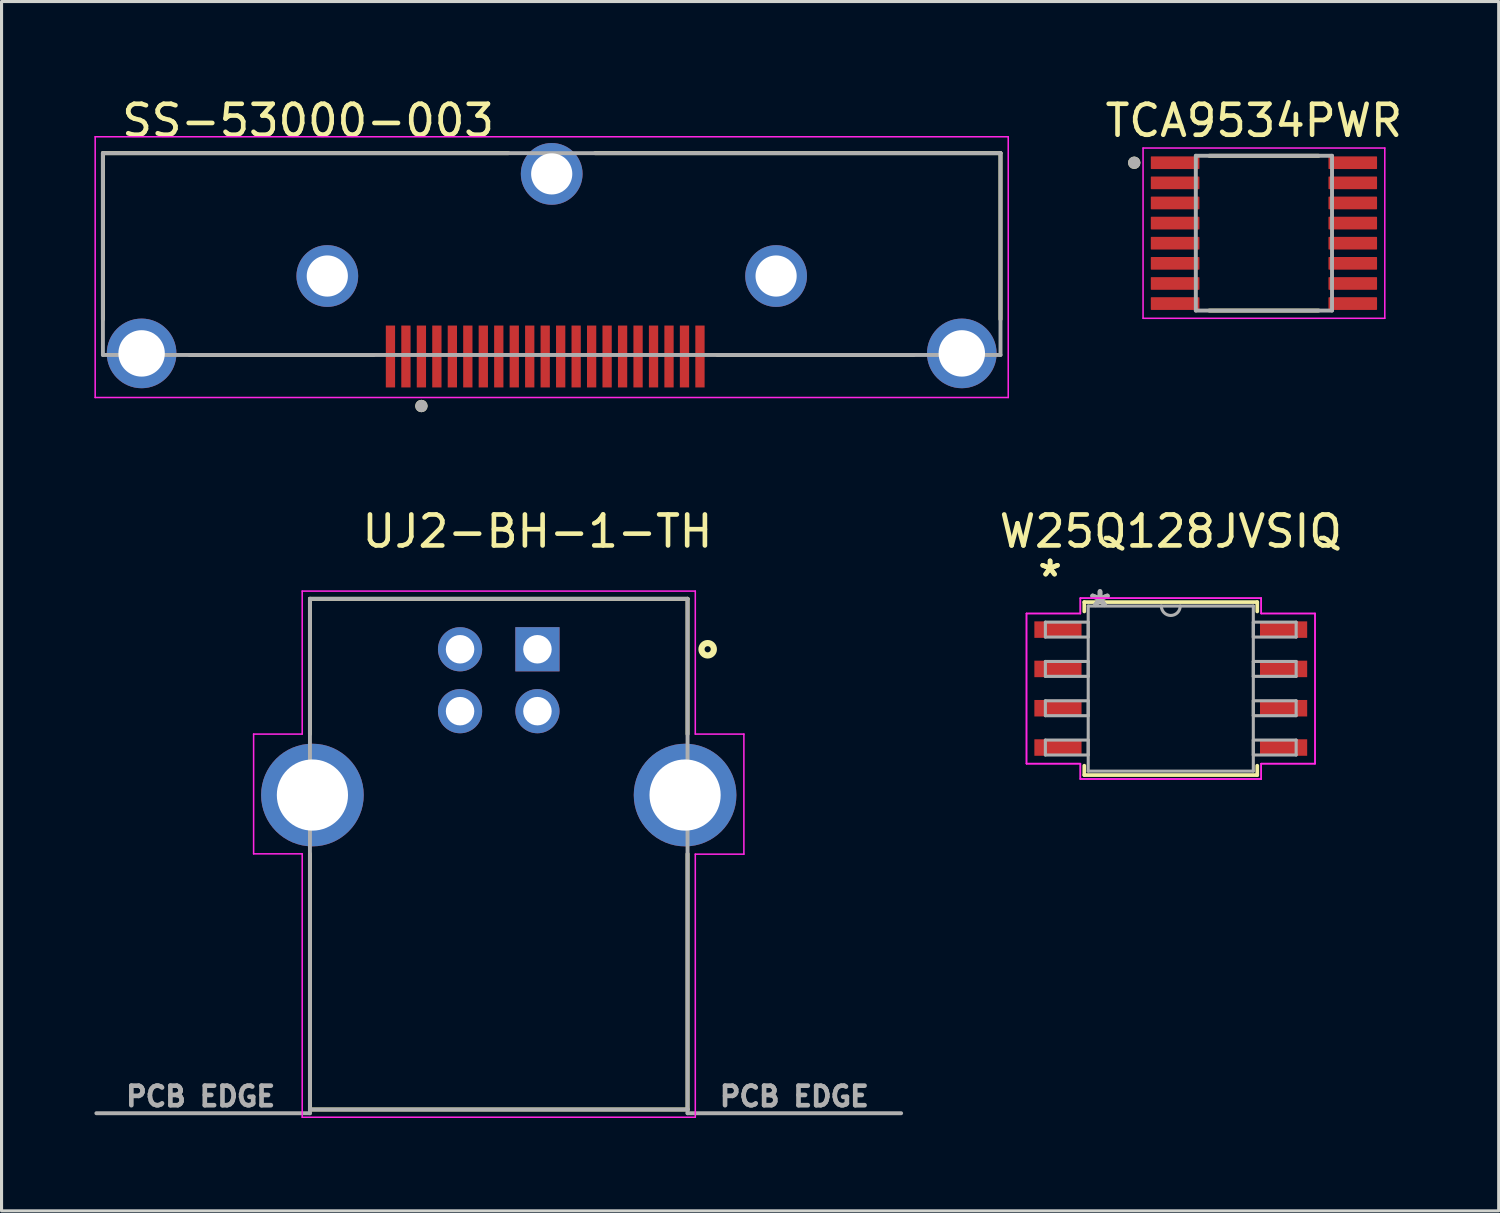
<source format=kicad_pcb>
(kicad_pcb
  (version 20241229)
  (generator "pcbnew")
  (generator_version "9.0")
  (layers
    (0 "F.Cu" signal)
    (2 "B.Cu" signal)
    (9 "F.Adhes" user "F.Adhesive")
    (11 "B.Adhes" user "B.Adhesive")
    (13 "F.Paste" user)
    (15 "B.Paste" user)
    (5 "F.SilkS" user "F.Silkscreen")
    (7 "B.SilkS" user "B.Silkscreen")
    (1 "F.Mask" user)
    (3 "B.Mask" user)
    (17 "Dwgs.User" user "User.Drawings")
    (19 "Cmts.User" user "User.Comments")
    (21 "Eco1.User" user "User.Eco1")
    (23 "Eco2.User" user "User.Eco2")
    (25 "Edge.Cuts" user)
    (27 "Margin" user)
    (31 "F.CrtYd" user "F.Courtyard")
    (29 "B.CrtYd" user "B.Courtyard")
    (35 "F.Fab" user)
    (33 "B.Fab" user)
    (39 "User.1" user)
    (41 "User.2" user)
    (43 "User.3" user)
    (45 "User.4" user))
  (footprint "UJ2-BH-1-TH"
    (layer "F.Cu")
    (at 13.084 23.737)
    (property "Reference" "UJ2-BH-1-TH" (at 1.23 -9.62 0) (layer "F.SilkS") (effects (font (size 1.001 1.001) (thickness 0.15))))
    (attr through_hole)
    (fp_line (start -6.12 -7.44) (end 6.08 -7.44) (stroke (width 0.127) (type solid)) (layer "F.SilkS"))
    (fp_line (start -6.12 -3.07) (end -6.12 -7.44) (stroke (width 0.127) (type solid)) (layer "F.SilkS"))
    (fp_line (start -6.12 0.8) (end -6.12 9.06) (stroke (width 0.127) (type solid)) (layer "F.SilkS"))
    (fp_line (start -6.12 9.06) (end 6.08 9.06) (stroke (width 0.127) (type solid)) (layer "F.SilkS"))
    (fp_line (start 6.08 -7.44) (end 6.08 -3.07) (stroke (width 0.127) (type solid)) (layer "F.SilkS"))
    (fp_line (start 6.08 9.06) (end 6.08 0.8) (stroke (width 0.127) (type solid)) (layer "F.SilkS"))
    (fp_circle (center 6.73 -5.81) (end 6.93 -5.81) (stroke (width 0.2) (type solid)) (fill no) (layer "F.SilkS"))
    (fp_line (start -7.94 -3.07) (end -6.37 -3.07) (stroke (width 0.05) (type solid)) (layer "F.CrtYd"))
    (fp_line (start -7.94 0.8) (end -7.94 -3.07) (stroke (width 0.05) (type solid)) (layer "F.CrtYd"))
    (fp_line (start -6.37 -7.69) (end 6.33 -7.69) (stroke (width 0.05) (type solid)) (layer "F.CrtYd"))
    (fp_line (start -6.37 -3.07) (end -6.37 -7.69) (stroke (width 0.05) (type solid)) (layer "F.CrtYd"))
    (fp_line (start -6.37 0.8) (end -7.94 0.8) (stroke (width 0.05) (type solid)) (layer "F.CrtYd"))
    (fp_line (start -6.37 9.31) (end -6.37 0.8) (stroke (width 0.05) (type solid)) (layer "F.CrtYd"))
    (fp_line (start 6.33 -7.69) (end 6.33 -3.07) (stroke (width 0.05) (type solid)) (layer "F.CrtYd"))
    (fp_line (start 6.33 -3.07) (end 7.9 -3.07) (stroke (width 0.05) (type solid)) (layer "F.CrtYd"))
    (fp_line (start 6.33 0.81) (end 6.33 9.31) (stroke (width 0.05) (type solid)) (layer "F.CrtYd"))
    (fp_line (start 6.33 9.31) (end -6.37 9.31) (stroke (width 0.05) (type solid)) (layer "F.CrtYd"))
    (fp_line (start 7.9 -3.07) (end 7.9 0.81) (stroke (width 0.05) (type solid)) (layer "F.CrtYd"))
    (fp_line (start 7.9 0.81) (end 6.33 0.81) (stroke (width 0.05) (type solid)) (layer "F.CrtYd"))
    (fp_line (start -13.02 9.18) (end -6.12 9.18) (stroke (width 0.127) (type solid)) (layer "F.Fab"))
    (fp_line (start -6.12 -7.44) (end 6.08 -7.44) (stroke (width 0.127) (type solid)) (layer "F.Fab"))
    (fp_line (start -6.12 9.06) (end -6.12 -7.44) (stroke (width 0.127) (type solid)) (layer "F.Fab"))
    (fp_line (start -6.12 9.06) (end -6.12 9.18) (stroke (width 0.127) (type solid)) (layer "F.Fab"))
    (fp_line (start 6.08 -7.44) (end 6.08 9.06) (stroke (width 0.127) (type solid)) (layer "F.Fab"))
    (fp_line (start 6.08 9.06) (end -6.12 9.06) (stroke (width 0.127) (type solid)) (layer "F.Fab"))
    (fp_line (start 6.08 9.06) (end 6.08 9.18) (stroke (width 0.127) (type solid)) (layer "F.Fab"))
    (fp_line (start 6.08 9.18) (end 12.98 9.18) (stroke (width 0.127) (type solid)) (layer "F.Fab"))
    (fp_circle (center 1.23 -5.81) (end 1.43 -5.81) (stroke (width 0.4) (type solid)) (fill no) (layer "F.Fab"))
    (fp_text user "PCB EDGE" (at 9.53 8.636 0) (layer "F.Fab") (effects (font (size 0.631 0.631) (thickness 0.15))))
    (fp_text user "PCB EDGE" (at -9.652 8.636 0) (layer "F.Fab") (effects (font (size 0.631 0.631) (thickness 0.15))))
    (pad "1" thru_hole rect (at 1.23 -5.81) (size 1.428 1.428) (drill 0.92) (layers "*.Cu" "*.Mask"))
    (pad "2" thru_hole circle (at -1.27 -5.81) (size 1.428 1.428) (drill 0.92) (layers "*.Cu" "*.Mask"))
    (pad "3" thru_hole circle (at -1.27 -3.81) (size 1.428 1.428) (drill 0.92) (layers "*.Cu" "*.Mask"))
    (pad "4" thru_hole circle (at 1.23 -3.81) (size 1.428 1.428) (drill 0.92) (layers "*.Cu" "*.Mask"))
    (pad "SH1" thru_hole circle (at -6.04 -1.1) (size 3.316 3.316) (drill 2.3) (layers "*.Cu" "*.Mask"))
    (pad "SH2" thru_hole circle (at 6 -1.1) (size 3.316 3.316) (drill 2.3) (layers "*.Cu" "*.Mask")))
  (footprint "W25Q128JVSIQ"
    (layer "F.Cu")
    (at 34.776 19.197)
    (property "Reference" "W25Q128JVSIQ" (at 0 -5.08 0) (layer "F.SilkS") (effects (font (size 1 1) (thickness 0.15))))
    (attr through_hole)
    (fp_line (start -2.794 -2.794) (end -2.794 -2.492) (stroke (width 0.12) (type solid)) (layer "F.SilkS"))
    (fp_line (start -2.794 2.492) (end -2.794 2.794) (stroke (width 0.12) (type solid)) (layer "F.SilkS"))
    (fp_line (start -2.794 2.794) (end 2.794 2.794) (stroke (width 0.12) (type solid)) (layer "F.SilkS"))
    (fp_line (start 2.794 -2.794) (end -2.794 -2.794) (stroke (width 0.12) (type solid)) (layer "F.SilkS"))
    (fp_line (start 2.794 -2.492) (end 2.794 -2.794) (stroke (width 0.12) (type solid)) (layer "F.SilkS"))
    (fp_line (start 2.794 2.794) (end 2.794 2.492) (stroke (width 0.12) (type solid)) (layer "F.SilkS"))
    (fp_line (start -4.661 -2.426) (end -2.921 -2.426) (stroke (width 0.05) (type solid)) (layer "F.CrtYd"))
    (fp_line (start -4.661 -2.426) (end -2.921 -2.426) (stroke (width 0.05) (type solid)) (layer "F.CrtYd"))
    (fp_line (start -4.661 2.426) (end -4.661 -2.426) (stroke (width 0.05) (type solid)) (layer "F.CrtYd"))
    (fp_line (start -4.661 2.426) (end -4.661 -2.426) (stroke (width 0.05) (type solid)) (layer "F.CrtYd"))
    (fp_line (start -4.661 2.426) (end -2.921 2.426) (stroke (width 0.05) (type solid)) (layer "F.CrtYd"))
    (fp_line (start -2.921 -2.921) (end 2.921 -2.921) (stroke (width 0.05) (type solid)) (layer "F.CrtYd"))
    (fp_line (start -2.921 -2.921) (end 2.921 -2.921) (stroke (width 0.05) (type solid)) (layer "F.CrtYd"))
    (fp_line (start -2.921 -2.426) (end -2.921 -2.921) (stroke (width 0.05) (type solid)) (layer "F.CrtYd"))
    (fp_line (start -2.921 -2.426) (end -2.921 -2.921) (stroke (width 0.05) (type solid)) (layer "F.CrtYd"))
    (fp_line (start -2.921 2.426) (end -4.661 2.426) (stroke (width 0.05) (type solid)) (layer "F.CrtYd"))
    (fp_line (start -2.921 2.921) (end -2.921 2.426) (stroke (width 0.05) (type solid)) (layer "F.CrtYd"))
    (fp_line (start -2.921 2.921) (end -2.921 2.426) (stroke (width 0.05) (type solid)) (layer "F.CrtYd"))
    (fp_line (start 2.921 -2.921) (end 2.921 -2.426) (stroke (width 0.05) (type solid)) (layer "F.CrtYd"))
    (fp_line (start 2.921 -2.921) (end 2.921 -2.426) (stroke (width 0.05) (type solid)) (layer "F.CrtYd"))
    (fp_line (start 2.921 -2.426) (end 4.661 -2.426) (stroke (width 0.05) (type solid)) (layer "F.CrtYd"))
    (fp_line (start 2.921 2.426) (end 2.921 2.921) (stroke (width 0.05) (type solid)) (layer "F.CrtYd"))
    (fp_line (start 2.921 2.426) (end 2.921 2.921) (stroke (width 0.05) (type solid)) (layer "F.CrtYd"))
    (fp_line (start 2.921 2.921) (end -2.921 2.921) (stroke (width 0.05) (type solid)) (layer "F.CrtYd"))
    (fp_line (start 2.921 2.921) (end -2.921 2.921) (stroke (width 0.05) (type solid)) (layer "F.CrtYd"))
    (fp_line (start 4.661 -2.426) (end 2.921 -2.426) (stroke (width 0.05) (type solid)) (layer "F.CrtYd"))
    (fp_line (start 4.661 -2.426) (end 4.661 2.426) (stroke (width 0.05) (type solid)) (layer "F.CrtYd"))
    (fp_line (start 4.661 -2.426) (end 4.661 2.426) (stroke (width 0.05) (type solid)) (layer "F.CrtYd"))
    (fp_line (start 4.661 2.426) (end 2.921 2.426) (stroke (width 0.05) (type solid)) (layer "F.CrtYd"))
    (fp_line (start 4.661 2.426) (end 2.921 2.426) (stroke (width 0.05) (type solid)) (layer "F.CrtYd"))
    (fp_line (start -4.051 -2.146) (end -4.051 -1.664) (stroke (width 0.1) (type solid)) (layer "F.Fab"))
    (fp_line (start -4.051 -1.664) (end -2.667 -1.664) (stroke (width 0.1) (type solid)) (layer "F.Fab"))
    (fp_line (start -4.051 -0.876) (end -4.051 -0.394) (stroke (width 0.1) (type solid)) (layer "F.Fab"))
    (fp_line (start -4.051 -0.394) (end -2.667 -0.394) (stroke (width 0.1) (type solid)) (layer "F.Fab"))
    (fp_line (start -4.051 0.394) (end -4.051 0.876) (stroke (width 0.1) (type solid)) (layer "F.Fab"))
    (fp_line (start -4.051 0.876) (end -2.667 0.876) (stroke (width 0.1) (type solid)) (layer "F.Fab"))
    (fp_line (start -4.051 1.664) (end -4.051 2.146) (stroke (width 0.1) (type solid)) (layer "F.Fab"))
    (fp_line (start -4.051 2.146) (end -2.667 2.146) (stroke (width 0.1) (type solid)) (layer "F.Fab"))
    (fp_line (start -2.667 -2.667) (end -2.667 2.667) (stroke (width 0.1) (type solid)) (layer "F.Fab"))
    (fp_line (start -2.667 -2.146) (end -4.051 -2.146) (stroke (width 0.1) (type solid)) (layer "F.Fab"))
    (fp_line (start -2.667 -1.664) (end -2.667 -2.146) (stroke (width 0.1) (type solid)) (layer "F.Fab"))
    (fp_line (start -2.667 -0.876) (end -4.051 -0.876) (stroke (width 0.1) (type solid)) (layer "F.Fab"))
    (fp_line (start -2.667 -0.394) (end -2.667 -0.876) (stroke (width 0.1) (type solid)) (layer "F.Fab"))
    (fp_line (start -2.667 0.394) (end -4.051 0.394) (stroke (width 0.1) (type solid)) (layer "F.Fab"))
    (fp_line (start -2.667 0.876) (end -2.667 0.394) (stroke (width 0.1) (type solid)) (layer "F.Fab"))
    (fp_line (start -2.667 1.664) (end -4.051 1.664) (stroke (width 0.1) (type solid)) (layer "F.Fab"))
    (fp_line (start -2.667 2.146) (end -2.667 1.664) (stroke (width 0.1) (type solid)) (layer "F.Fab"))
    (fp_line (start -2.667 2.667) (end 2.667 2.667) (stroke (width 0.1) (type solid)) (layer "F.Fab"))
    (fp_line (start 2.667 -2.667) (end -2.667 -2.667) (stroke (width 0.1) (type solid)) (layer "F.Fab"))
    (fp_line (start 2.667 -2.146) (end 2.667 -1.664) (stroke (width 0.1) (type solid)) (layer "F.Fab"))
    (fp_line (start 2.667 -1.664) (end 4.051 -1.664) (stroke (width 0.1) (type solid)) (layer "F.Fab"))
    (fp_line (start 2.667 -0.876) (end 2.667 -0.394) (stroke (width 0.1) (type solid)) (layer "F.Fab"))
    (fp_line (start 2.667 -0.394) (end 4.051 -0.394) (stroke (width 0.1) (type solid)) (layer "F.Fab"))
    (fp_line (start 2.667 0.394) (end 2.667 0.876) (stroke (width 0.1) (type solid)) (layer "F.Fab"))
    (fp_line (start 2.667 0.876) (end 4.051 0.876) (stroke (width 0.1) (type solid)) (layer "F.Fab"))
    (fp_line (start 2.667 1.664) (end 2.667 2.146) (stroke (width 0.1) (type solid)) (layer "F.Fab"))
    (fp_line (start 2.667 2.146) (end 4.051 2.146) (stroke (width 0.1) (type solid)) (layer "F.Fab"))
    (fp_line (start 2.667 2.667) (end 2.667 -2.667) (stroke (width 0.1) (type solid)) (layer "F.Fab"))
    (fp_line (start 4.051 -2.146) (end 2.667 -2.146) (stroke (width 0.1) (type solid)) (layer "F.Fab"))
    (fp_line (start 4.051 -1.664) (end 4.051 -2.146) (stroke (width 0.1) (type solid)) (layer "F.Fab"))
    (fp_line (start 4.051 -0.876) (end 2.667 -0.876) (stroke (width 0.1) (type solid)) (layer "F.Fab"))
    (fp_line (start 4.051 -0.394) (end 4.051 -0.876) (stroke (width 0.1) (type solid)) (layer "F.Fab"))
    (fp_line (start 4.051 0.394) (end 2.667 0.394) (stroke (width 0.1) (type solid)) (layer "F.Fab"))
    (fp_line (start 4.051 0.876) (end 4.051 0.394) (stroke (width 0.1) (type solid)) (layer "F.Fab"))
    (fp_line (start 4.051 1.664) (end 2.667 1.664) (stroke (width 0.1) (type solid)) (layer "F.Fab"))
    (fp_line (start 4.051 2.146) (end 4.051 1.664) (stroke (width 0.1) (type solid)) (layer "F.Fab"))
    (fp_arc (start 0.3048 -2.667) (mid 0 -2.3622) (end -0.3048 -2.667) (stroke (width 0.1) (type solid)) (layer "F.Fab"))
    (fp_text user "*" (at -3.899 -3.581 0) (layer "F.SilkS") (effects (font (size 1 1) (thickness 0.15))))
    (fp_text user "*" (at -3.899 -3.581 0) (layer "F.SilkS") (effects (font (size 1 1) (thickness 0.15))))
    (fp_text user "*" (at -2.286 -2.591 0) (layer "F.Fab") (effects (font (size 1 1) (thickness 0.15))))
    (fp_text user "*" (at -2.286 -2.591 0) (layer "F.Fab") (effects (font (size 1 1) (thickness 0.15))))
    (pad "1" smd rect (at -3.645 -1.905) (size 1.524 0.533) (layers "F.Cu" "F.Mask" "F.Paste"))
    (pad "2" smd rect (at -3.645 -0.635) (size 1.524 0.533) (layers "F.Cu" "F.Mask" "F.Paste"))
    (pad "3" smd rect (at -3.645 0.635) (size 1.524 0.533) (layers "F.Cu" "F.Mask" "F.Paste"))
    (pad "4" smd rect (at -3.645 1.905) (size 1.524 0.533) (layers "F.Cu" "F.Mask" "F.Paste"))
    (pad "5" smd rect (at 3.645 1.905) (size 1.524 0.533) (layers "F.Cu" "F.Mask" "F.Paste"))
    (pad "6" smd rect (at 3.645 0.635) (size 1.524 0.533) (layers "F.Cu" "F.Mask" "F.Paste"))
    (pad "7" smd rect (at 3.645 -0.635) (size 1.524 0.533) (layers "F.Cu" "F.Mask" "F.Paste"))
    (pad "8" smd rect (at 3.645 -1.905) (size 1.524 0.533) (layers "F.Cu" "F.Mask" "F.Paste")))
  (footprint "SS-53000-003"
    (layer "F.Cu")
    (at 14.775 8.468)
    (property "Reference" "SS-53000-003" (at -13.97 -7.62 0) (layer "F.SilkS") (effects (font (size 1 1) (thickness 0.15)) (justify left)))
    (attr through_hole)
    (fp_line (start -14.5 -6.57) (end -1.4 -6.57) (stroke (width 0.127) (type solid)) (layer "F.SilkS"))
    (fp_line (start -14.5 -1.2) (end -14.5 -6.57) (stroke (width 0.127) (type solid)) (layer "F.SilkS"))
    (fp_line (start -11.7 -0.05) (end -5.75 -0.05) (stroke (width 0.127) (type solid)) (layer "F.SilkS"))
    (fp_line (start 1.4 -6.57) (end 14.5 -6.57) (stroke (width 0.127) (type solid)) (layer "F.SilkS"))
    (fp_line (start 5.35 -0.05) (end 11.7 -0.05) (stroke (width 0.127) (type solid)) (layer "F.SilkS"))
    (fp_line (start 14.5 -6.57) (end 14.5 -1.2) (stroke (width 0.127) (type solid)) (layer "F.SilkS"))
    (fp_circle (center -4.21 1.6) (end -4.11 1.6) (stroke (width 0.2) (type solid)) (fill no) (layer "F.SilkS"))
    (fp_line (start -14.75 -7.1) (end 14.75 -7.1) (stroke (width 0.05) (type solid)) (layer "F.CrtYd"))
    (fp_line (start -14.75 1.325) (end -14.75 -7.1) (stroke (width 0.05) (type solid)) (layer "F.CrtYd"))
    (fp_line (start 14.75 -7.1) (end 14.75 1.325) (stroke (width 0.05) (type solid)) (layer "F.CrtYd"))
    (fp_line (start 14.75 1.325) (end -14.75 1.325) (stroke (width 0.05) (type solid)) (layer "F.CrtYd"))
    (fp_line (start -14.5 -6.57) (end 14.5 -6.57) (stroke (width 0.127) (type solid)) (layer "F.Fab"))
    (fp_line (start -14.5 -0.05) (end -14.5 -6.57) (stroke (width 0.127) (type solid)) (layer "F.Fab"))
    (fp_line (start 14.5 -6.57) (end 14.5 -0.05) (stroke (width 0.127) (type solid)) (layer "F.Fab"))
    (fp_line (start 14.5 -0.05) (end -14.5 -0.05) (stroke (width 0.127) (type solid)) (layer "F.Fab"))
    (fp_circle (center -4.21 1.6) (end -4.11 1.6) (stroke (width 0.2) (type solid)) (fill no) (layer "F.Fab"))
    (pad "1" smd rect (at -4.21 0) (size 0.3 2) (layers "F.Cu" "F.Mask" "F.Paste"))
    (pad "2" smd rect (at -3.71 0) (size 0.3 2) (layers "F.Cu" "F.Mask" "F.Paste"))
    (pad "3" smd rect (at -3.21 0) (size 0.3 2) (layers "F.Cu" "F.Mask" "F.Paste"))
    (pad "4" smd rect (at -2.71 0) (size 0.3 2) (layers "F.Cu" "F.Mask" "F.Paste"))
    (pad "5" smd rect (at -2.21 0) (size 0.3 2) (layers "F.Cu" "F.Mask" "F.Paste"))
    (pad "6" smd rect (at -1.71 0) (size 0.3 2) (layers "F.Cu" "F.Mask" "F.Paste"))
    (pad "7" smd rect (at -1.21 0) (size 0.3 2) (layers "F.Cu" "F.Mask" "F.Paste"))
    (pad "8" smd rect (at -0.71 0) (size 0.3 2) (layers "F.Cu" "F.Mask" "F.Paste"))
    (pad "9" smd rect (at -0.21 0) (size 0.3 2) (layers "F.Cu" "F.Mask" "F.Paste"))
    (pad "10" smd rect (at 0.29 0) (size 0.3 2) (layers "F.Cu" "F.Mask" "F.Paste"))
    (pad "11" smd rect (at 0.79 0) (size 0.3 2) (layers "F.Cu" "F.Mask" "F.Paste"))
    (pad "12" smd rect (at 1.29 0) (size 0.3 2) (layers "F.Cu" "F.Mask" "F.Paste"))
    (pad "13" smd rect (at 1.79 0) (size 0.3 2) (layers "F.Cu" "F.Mask" "F.Paste"))
    (pad "14" smd rect (at 2.29 0) (size 0.3 2) (layers "F.Cu" "F.Mask" "F.Paste"))
    (pad "15" smd rect (at 2.79 0) (size 0.3 2) (layers "F.Cu" "F.Mask" "F.Paste"))
    (pad "16" smd rect (at 3.29 0) (size 0.3 2) (layers "F.Cu" "F.Mask" "F.Paste"))
    (pad "17" smd rect (at 3.79 0) (size 0.3 2) (layers "F.Cu" "F.Mask" "F.Paste"))
    (pad "18" smd rect (at 4.29 0) (size 0.3 2) (layers "F.Cu" "F.Mask" "F.Paste"))
    (pad "19" smd rect (at 4.79 0) (size 0.3 2) (layers "F.Cu" "F.Mask" "F.Paste"))
    (pad "SH" thru_hole circle (at -13.25 -0.1) (size 2.25 2.25) (drill 1.5) (layers "*.Cu" "*.Mask"))
    (pad "SH" thru_hole circle (at -7.25 -2.6) (size 1.995 1.995) (drill 1.33) (layers "*.Cu" "*.Mask"))
    (pad "SH" smd rect (at -5.21 0) (size 0.3 2) (layers "F.Cu" "F.Mask" "F.Paste"))
    (pad "SH" smd rect (at -4.71 0) (size 0.3 2) (layers "F.Cu" "F.Mask" "F.Paste"))
    (pad "SH" thru_hole circle (at 0 -5.9) (size 1.995 1.995) (drill 1.33) (layers "*.Cu" "*.Mask"))
    (pad "SH" thru_hole circle (at 7.25 -2.6) (size 1.995 1.995) (drill 1.33) (layers "*.Cu" "*.Mask"))
    (pad "SH" thru_hole circle (at 13.25 -0.1) (size 2.25 2.25) (drill 1.5) (layers "*.Cu" "*.Mask")))
  (footprint "TCA9534PWR"
    (layer "F.Cu")
    (at 37.786 4.483)
    (property "Reference" "TCA9534PWR" (at -0.325 -3.635 0) (layer "F.SilkS") (effects (font (size 1 1) (thickness 0.15))))
    (attr through_hole)
    (fp_line (start -1.765 -2.5) (end 1.765 -2.5) (stroke (width 0.127) (type solid)) (layer "F.SilkS"))
    (fp_line (start 1.765 2.5) (end -1.765 2.5) (stroke (width 0.127) (type solid)) (layer "F.SilkS"))
    (fp_circle (center -4.19 -2.275) (end -4.09 -2.275) (stroke (width 0.2) (type solid)) (fill no) (layer "F.SilkS"))
    (fp_line (start -3.905 -2.75) (end -3.905 2.75) (stroke (width 0.05) (type solid)) (layer "F.CrtYd"))
    (fp_line (start -3.905 -2.75) (end 3.905 -2.75) (stroke (width 0.05) (type solid)) (layer "F.CrtYd"))
    (fp_line (start -3.905 2.75) (end 3.905 2.75) (stroke (width 0.05) (type solid)) (layer "F.CrtYd"))
    (fp_line (start 3.905 -2.75) (end 3.905 2.75) (stroke (width 0.05) (type solid)) (layer "F.CrtYd"))
    (fp_line (start -2.2 -2.5) (end -2.2 2.5) (stroke (width 0.127) (type solid)) (layer "F.Fab"))
    (fp_line (start -2.2 -2.5) (end 2.2 -2.5) (stroke (width 0.127) (type solid)) (layer "F.Fab"))
    (fp_line (start -2.2 2.5) (end 2.2 2.5) (stroke (width 0.127) (type solid)) (layer "F.Fab"))
    (fp_line (start 2.2 -2.5) (end 2.2 2.5) (stroke (width 0.127) (type solid)) (layer "F.Fab"))
    (fp_circle (center -4.19 -2.275) (end -4.09 -2.275) (stroke (width 0.2) (type solid)) (fill no) (layer "F.Fab"))
    (pad "1" smd roundrect (at -2.87 -2.275) (size 1.57 0.41) (layers "F.Cu" "F.Mask" "F.Paste") (roundrect_rratio 0.05))
    (pad "2" smd roundrect (at -2.87 -1.625) (size 1.57 0.41) (layers "F.Cu" "F.Mask" "F.Paste") (roundrect_rratio 0.05))
    (pad "3" smd roundrect (at -2.87 -0.975) (size 1.57 0.41) (layers "F.Cu" "F.Mask" "F.Paste") (roundrect_rratio 0.05))
    (pad "4" smd roundrect (at -2.87 -0.325) (size 1.57 0.41) (layers "F.Cu" "F.Mask" "F.Paste") (roundrect_rratio 0.05))
    (pad "5" smd roundrect (at -2.87 0.325) (size 1.57 0.41) (layers "F.Cu" "F.Mask" "F.Paste") (roundrect_rratio 0.05))
    (pad "6" smd roundrect (at -2.87 0.975) (size 1.57 0.41) (layers "F.Cu" "F.Mask" "F.Paste") (roundrect_rratio 0.05))
    (pad "7" smd roundrect (at -2.87 1.625) (size 1.57 0.41) (layers "F.Cu" "F.Mask" "F.Paste") (roundrect_rratio 0.05))
    (pad "8" smd roundrect (at -2.87 2.275) (size 1.57 0.41) (layers "F.Cu" "F.Mask" "F.Paste") (roundrect_rratio 0.05))
    (pad "9" smd roundrect (at 2.87 2.275) (size 1.57 0.41) (layers "F.Cu" "F.Mask" "F.Paste") (roundrect_rratio 0.05))
    (pad "10" smd roundrect (at 2.87 1.625) (size 1.57 0.41) (layers "F.Cu" "F.Mask" "F.Paste") (roundrect_rratio 0.05))
    (pad "11" smd roundrect (at 2.87 0.975) (size 1.57 0.41) (layers "F.Cu" "F.Mask" "F.Paste") (roundrect_rratio 0.05))
    (pad "12" smd roundrect (at 2.87 0.325) (size 1.57 0.41) (layers "F.Cu" "F.Mask" "F.Paste") (roundrect_rratio 0.05))
    (pad "13" smd roundrect (at 2.87 -0.325) (size 1.57 0.41) (layers "F.Cu" "F.Mask" "F.Paste") (roundrect_rratio 0.05))
    (pad "14" smd roundrect (at 2.87 -0.975) (size 1.57 0.41) (layers "F.Cu" "F.Mask" "F.Paste") (roundrect_rratio 0.05))
    (pad "15" smd roundrect (at 2.87 -1.625) (size 1.57 0.41) (layers "F.Cu" "F.Mask" "F.Paste") (roundrect_rratio 0.05))
    (pad "16" smd roundrect (at 2.87 -2.275) (size 1.57 0.41) (layers "F.Cu" "F.Mask" "F.Paste") (roundrect_rratio 0.05)))
  (gr_rect
    (start -3 -3)
    (end 45.371 36.072)
    (stroke (width 0.1) (type default))
    (fill no)
    (layer "Edge.Cuts")))
</source>
